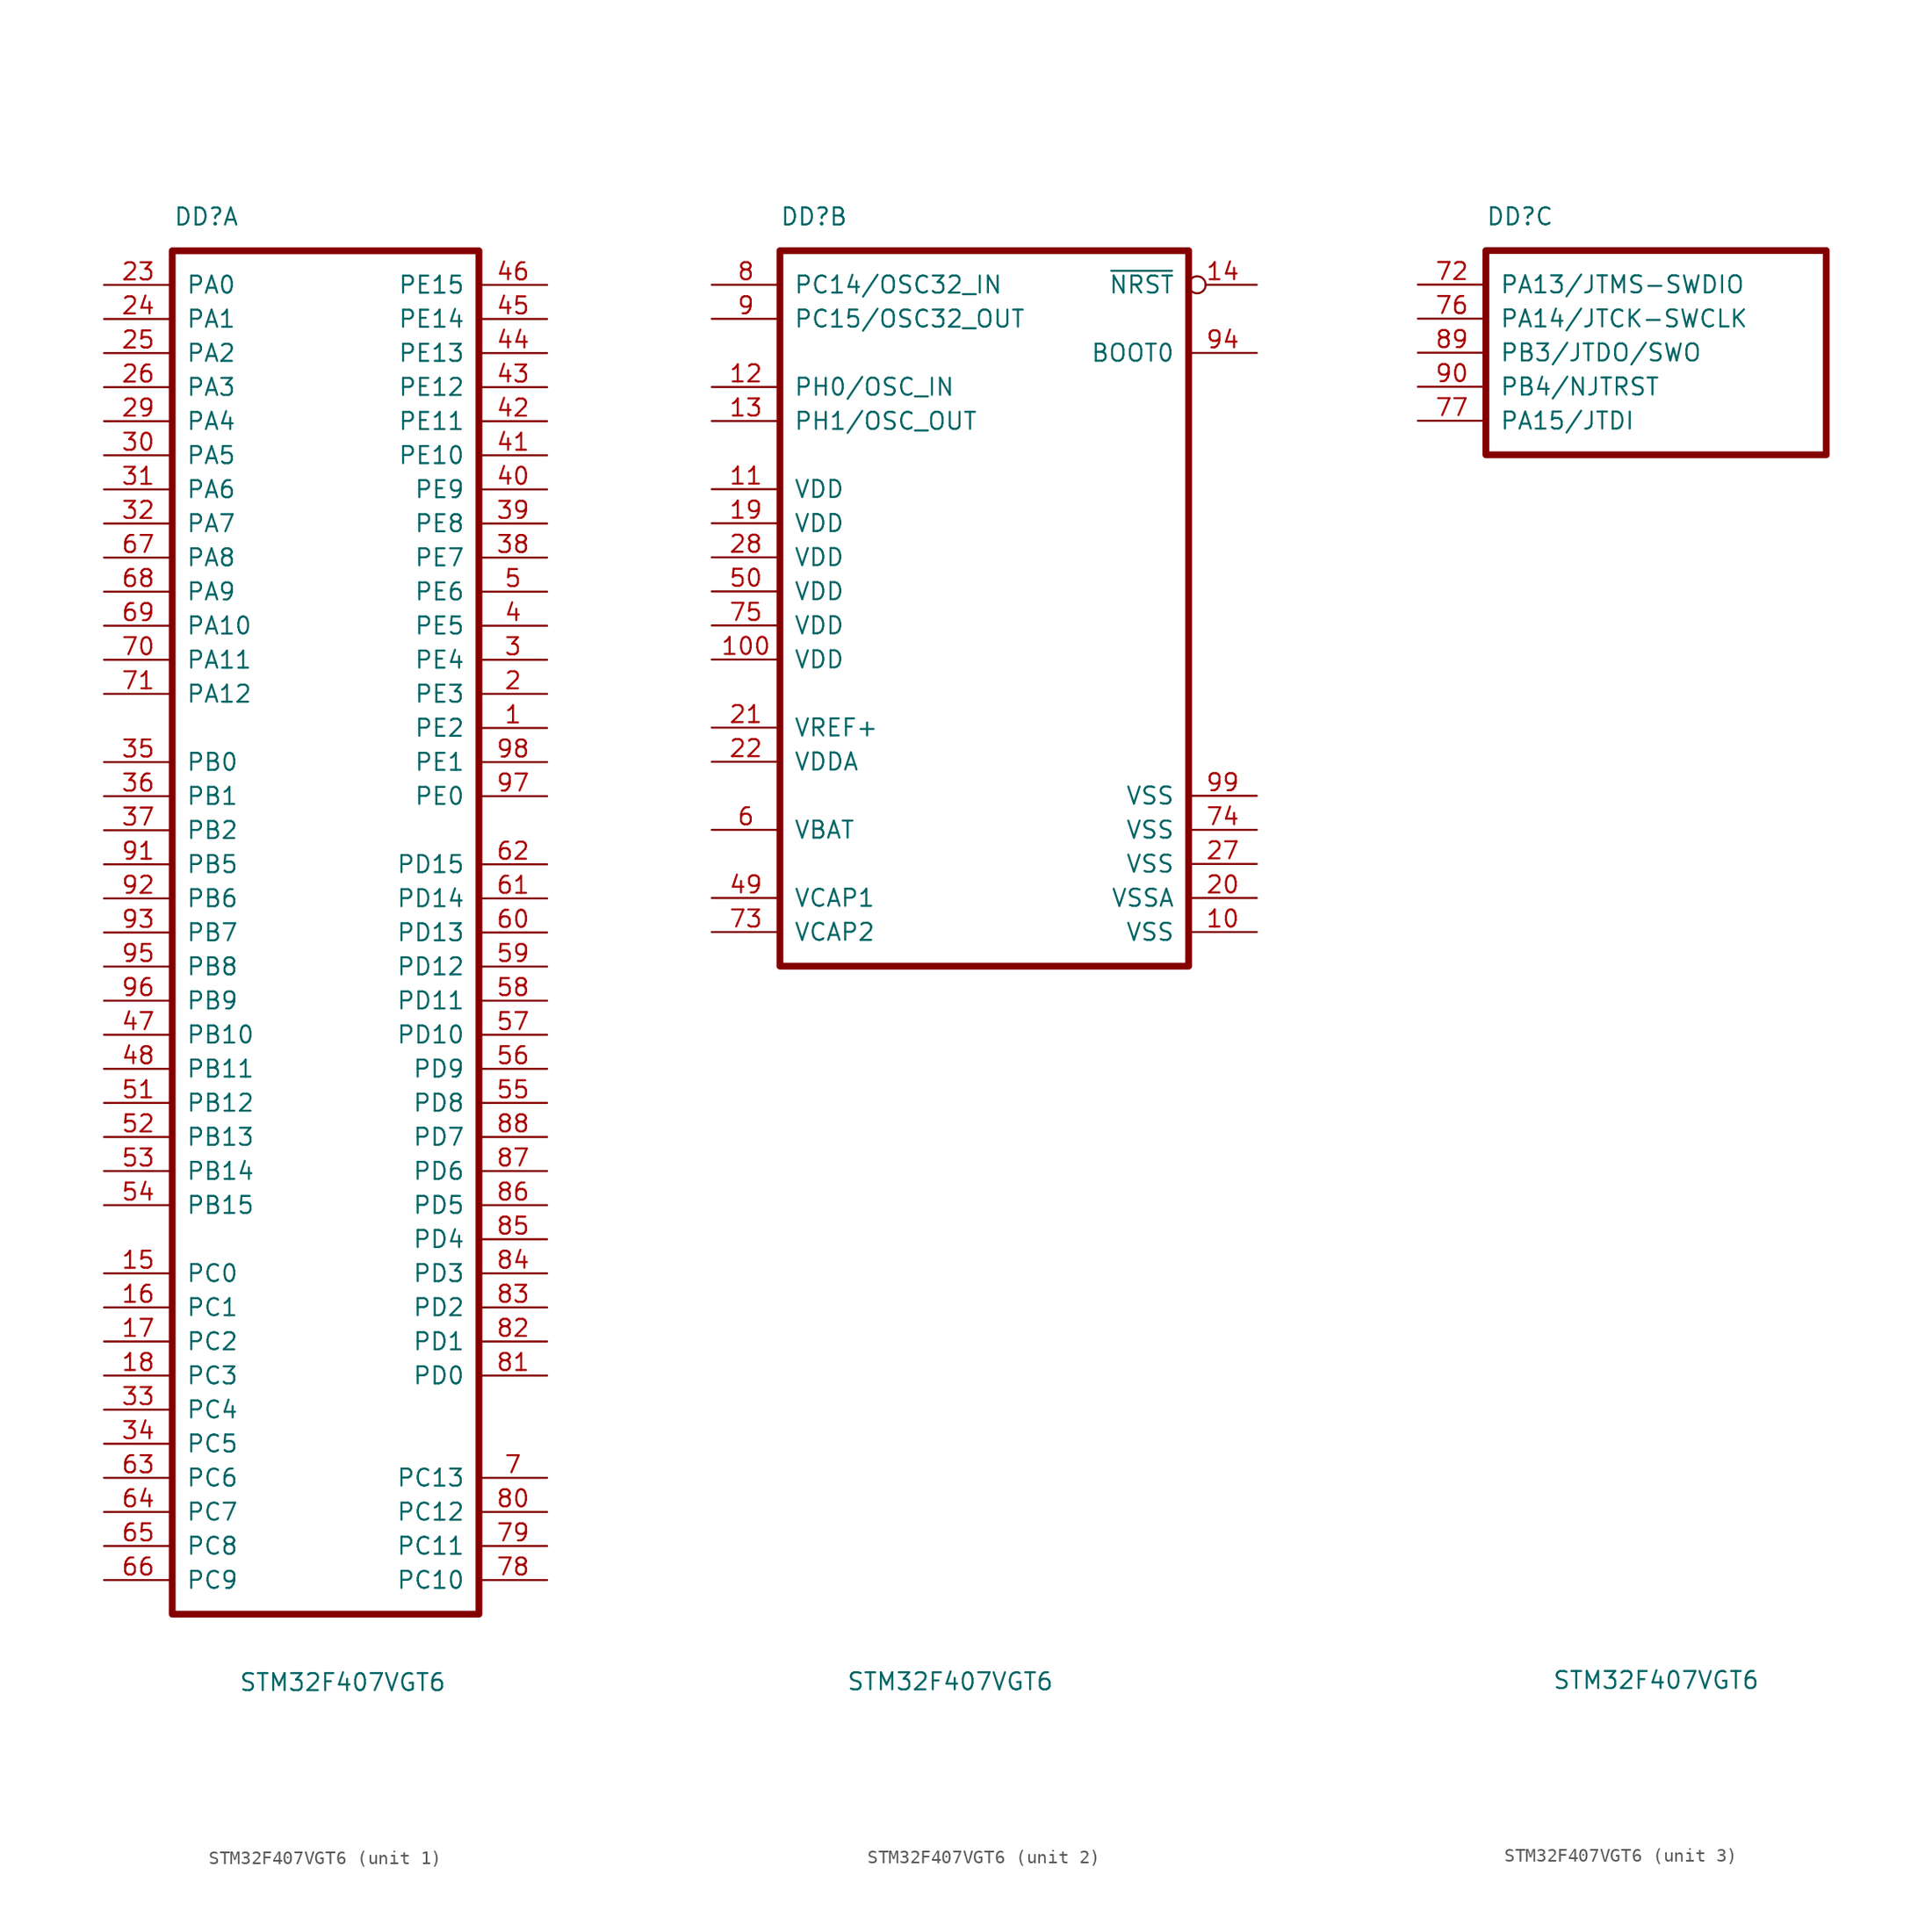
<source format=kicad_sym>
(kicad_symbol_lib
  (version 20211014)
  (generator kicad_symbol_editor)
  (symbol "STM32F407VGT6"
    (pin_names
      (offset 1.016))
    (property "Reference" "DD"
      (at 7.62 5.08 0)
      (effects (font (size 1.27 1.27))))
    (property "Value" "STM32F407VGT6"
      (at 17.78 -104.14 0)
      (effects (font (size 1.27 1.27))))
    (property "ki_locked" ""
      (at 0 0 0)
      (effects (font (size 1.27 1.27))))
    (symbol "STM32F407VGT6_1_1"
      (rectangle (start 5.08 2.54) (end 27.94 -99.06) (stroke (width 0.508) (type default) (color 0 0 0 0)) (fill (type none)))
      (pin bidirectional line (at 33.02 -33.02 180) (length 5.08) (name "PE2" (effects (font (size 1.27 1.27)))) (number "1" (effects (font (size 1.27 1.27)))))
      (pin bidirectional line (at 0 -73.66 0) (length 5.08) (name "PC0" (effects (font (size 1.27 1.27)))) (number "15" (effects (font (size 1.27 1.27)))))
      (pin bidirectional line (at 0 -76.2 0) (length 5.08) (name "PC1" (effects (font (size 1.27 1.27)))) (number "16" (effects (font (size 1.27 1.27)))))
      (pin bidirectional line (at 0 -78.74 0) (length 5.08) (name "PC2" (effects (font (size 1.27 1.27)))) (number "17" (effects (font (size 1.27 1.27)))))
      (pin bidirectional line (at 0 -81.28 0) (length 5.08) (name "PC3" (effects (font (size 1.27 1.27)))) (number "18" (effects (font (size 1.27 1.27)))))
      (pin bidirectional line (at 33.02 -30.48 180) (length 5.08) (name "PE3" (effects (font (size 1.27 1.27)))) (number "2" (effects (font (size 1.27 1.27)))))
      (pin bidirectional line (at 0 0 0) (length 5.08) (name "PA0" (effects (font (size 1.27 1.27)))) (number "23" (effects (font (size 1.27 1.27)))))
      (pin bidirectional line (at 0 -2.54 0) (length 5.08) (name "PA1" (effects (font (size 1.27 1.27)))) (number "24" (effects (font (size 1.27 1.27)))))
      (pin bidirectional line (at 0 -5.08 0) (length 5.08) (name "PA2" (effects (font (size 1.27 1.27)))) (number "25" (effects (font (size 1.27 1.27)))))
      (pin bidirectional line (at 0 -7.62 0) (length 5.08) (name "PA3" (effects (font (size 1.27 1.27)))) (number "26" (effects (font (size 1.27 1.27)))))
      (pin bidirectional line (at 0 -10.16 0) (length 5.08) (name "PA4" (effects (font (size 1.27 1.27)))) (number "29" (effects (font (size 1.27 1.27)))))
      (pin bidirectional line (at 33.02 -27.94 180) (length 5.08) (name "PE4" (effects (font (size 1.27 1.27)))) (number "3" (effects (font (size 1.27 1.27)))))
      (pin bidirectional line (at 0 -12.7 0) (length 5.08) (name "PA5" (effects (font (size 1.27 1.27)))) (number "30" (effects (font (size 1.27 1.27)))))
      (pin bidirectional line (at 0 -15.24 0) (length 5.08) (name "PA6" (effects (font (size 1.27 1.27)))) (number "31" (effects (font (size 1.27 1.27)))))
      (pin bidirectional line (at 0 -17.78 0) (length 5.08) (name "PA7" (effects (font (size 1.27 1.27)))) (number "32" (effects (font (size 1.27 1.27)))))
      (pin bidirectional line (at 0 -83.82 0) (length 5.08) (name "PC4" (effects (font (size 1.27 1.27)))) (number "33" (effects (font (size 1.27 1.27)))))
      (pin bidirectional line (at 0 -86.36 0) (length 5.08) (name "PC5" (effects (font (size 1.27 1.27)))) (number "34" (effects (font (size 1.27 1.27)))))
      (pin bidirectional line (at 0 -35.56 0) (length 5.08) (name "PB0" (effects (font (size 1.27 1.27)))) (number "35" (effects (font (size 1.27 1.27)))))
      (pin bidirectional line (at 0 -38.1 0) (length 5.08) (name "PB1" (effects (font (size 1.27 1.27)))) (number "36" (effects (font (size 1.27 1.27)))))
      (pin bidirectional line (at 0 -40.64 0) (length 5.08) (name "PB2" (effects (font (size 1.27 1.27)))) (number "37" (effects (font (size 1.27 1.27)))))
      (pin bidirectional line (at 33.02 -20.32 180) (length 5.08) (name "PE7" (effects (font (size 1.27 1.27)))) (number "38" (effects (font (size 1.27 1.27)))))
      (pin bidirectional line (at 33.02 -17.78 180) (length 5.08) (name "PE8" (effects (font (size 1.27 1.27)))) (number "39" (effects (font (size 1.27 1.27)))))
      (pin bidirectional line (at 33.02 -25.4 180) (length 5.08) (name "PE5" (effects (font (size 1.27 1.27)))) (number "4" (effects (font (size 1.27 1.27)))))
      (pin bidirectional line (at 33.02 -15.24 180) (length 5.08) (name "PE9" (effects (font (size 1.27 1.27)))) (number "40" (effects (font (size 1.27 1.27)))))
      (pin bidirectional line (at 33.02 -12.7 180) (length 5.08) (name "PE10" (effects (font (size 1.27 1.27)))) (number "41" (effects (font (size 1.27 1.27)))))
      (pin bidirectional line (at 33.02 -10.16 180) (length 5.08) (name "PE11" (effects (font (size 1.27 1.27)))) (number "42" (effects (font (size 1.27 1.27)))))
      (pin bidirectional line (at 33.02 -7.62 180) (length 5.08) (name "PE12" (effects (font (size 1.27 1.27)))) (number "43" (effects (font (size 1.27 1.27)))))
      (pin bidirectional line (at 33.02 -5.08 180) (length 5.08) (name "PE13" (effects (font (size 1.27 1.27)))) (number "44" (effects (font (size 1.27 1.27)))))
      (pin bidirectional line (at 33.02 -2.54 180) (length 5.08) (name "PE14" (effects (font (size 1.27 1.27)))) (number "45" (effects (font (size 1.27 1.27)))))
      (pin bidirectional line (at 33.02 0 180) (length 5.08) (name "PE15" (effects (font (size 1.27 1.27)))) (number "46" (effects (font (size 1.27 1.27)))))
      (pin bidirectional line (at 0 -55.88 0) (length 5.08) (name "PB10" (effects (font (size 1.27 1.27)))) (number "47" (effects (font (size 1.27 1.27)))))
      (pin bidirectional line (at 0 -58.42 0) (length 5.08) (name "PB11" (effects (font (size 1.27 1.27)))) (number "48" (effects (font (size 1.27 1.27)))))
      (pin bidirectional line (at 33.02 -22.86 180) (length 5.08) (name "PE6" (effects (font (size 1.27 1.27)))) (number "5" (effects (font (size 1.27 1.27)))))
      (pin bidirectional line (at 0 -60.96 0) (length 5.08) (name "PB12" (effects (font (size 1.27 1.27)))) (number "51" (effects (font (size 1.27 1.27)))))
      (pin bidirectional line (at 0 -63.5 0) (length 5.08) (name "PB13" (effects (font (size 1.27 1.27)))) (number "52" (effects (font (size 1.27 1.27)))))
      (pin bidirectional line (at 0 -66.04 0) (length 5.08) (name "PB14" (effects (font (size 1.27 1.27)))) (number "53" (effects (font (size 1.27 1.27)))))
      (pin bidirectional line (at 0 -68.58 0) (length 5.08) (name "PB15" (effects (font (size 1.27 1.27)))) (number "54" (effects (font (size 1.27 1.27)))))
      (pin bidirectional line (at 33.02 -60.96 180) (length 5.08) (name "PD8" (effects (font (size 1.27 1.27)))) (number "55" (effects (font (size 1.27 1.27)))))
      (pin bidirectional line (at 33.02 -58.42 180) (length 5.08) (name "PD9" (effects (font (size 1.27 1.27)))) (number "56" (effects (font (size 1.27 1.27)))))
      (pin bidirectional line (at 33.02 -55.88 180) (length 5.08) (name "PD10" (effects (font (size 1.27 1.27)))) (number "57" (effects (font (size 1.27 1.27)))))
      (pin bidirectional line (at 33.02 -53.34 180) (length 5.08) (name "PD11" (effects (font (size 1.27 1.27)))) (number "58" (effects (font (size 1.27 1.27)))))
      (pin bidirectional line (at 33.02 -50.8 180) (length 5.08) (name "PD12" (effects (font (size 1.27 1.27)))) (number "59" (effects (font (size 1.27 1.27)))))
      (pin bidirectional line (at 33.02 -48.26 180) (length 5.08) (name "PD13" (effects (font (size 1.27 1.27)))) (number "60" (effects (font (size 1.27 1.27)))))
      (pin bidirectional line (at 33.02 -45.72 180) (length 5.08) (name "PD14" (effects (font (size 1.27 1.27)))) (number "61" (effects (font (size 1.27 1.27)))))
      (pin bidirectional line (at 33.02 -43.18 180) (length 5.08) (name "PD15" (effects (font (size 1.27 1.27)))) (number "62" (effects (font (size 1.27 1.27)))))
      (pin bidirectional line (at 0 -88.9 0) (length 5.08) (name "PC6" (effects (font (size 1.27 1.27)))) (number "63" (effects (font (size 1.27 1.27)))))
      (pin bidirectional line (at 0 -91.44 0) (length 5.08) (name "PC7" (effects (font (size 1.27 1.27)))) (number "64" (effects (font (size 1.27 1.27)))))
      (pin bidirectional line (at 0 -93.98 0) (length 5.08) (name "PC8" (effects (font (size 1.27 1.27)))) (number "65" (effects (font (size 1.27 1.27)))))
      (pin bidirectional line (at 0 -96.52 0) (length 5.08) (name "PC9" (effects (font (size 1.27 1.27)))) (number "66" (effects (font (size 1.27 1.27)))))
      (pin bidirectional line (at 0 -20.32 0) (length 5.08) (name "PA8" (effects (font (size 1.27 1.27)))) (number "67" (effects (font (size 1.27 1.27)))))
      (pin bidirectional line (at 0 -22.86 0) (length 5.08) (name "PA9" (effects (font (size 1.27 1.27)))) (number "68" (effects (font (size 1.27 1.27)))))
      (pin bidirectional line (at 0 -25.4 0) (length 5.08) (name "PA10" (effects (font (size 1.27 1.27)))) (number "69" (effects (font (size 1.27 1.27)))))
      (pin bidirectional line (at 33.02 -88.9 180) (length 5.08) (name "PC13" (effects (font (size 1.27 1.27)))) (number "7" (effects (font (size 1.27 1.27)))))
      (pin bidirectional line (at 0 -27.94 0) (length 5.08) (name "PA11" (effects (font (size 1.27 1.27)))) (number "70" (effects (font (size 1.27 1.27)))))
      (pin bidirectional line (at 0 -30.48 0) (length 5.08) (name "PA12" (effects (font (size 1.27 1.27)))) (number "71" (effects (font (size 1.27 1.27)))))
      (pin bidirectional line (at 33.02 -96.52 180) (length 5.08) (name "PC10" (effects (font (size 1.27 1.27)))) (number "78" (effects (font (size 1.27 1.27)))))
      (pin bidirectional line (at 33.02 -93.98 180) (length 5.08) (name "PC11" (effects (font (size 1.27 1.27)))) (number "79" (effects (font (size 1.27 1.27)))))
      (pin bidirectional line (at 33.02 -91.44 180) (length 5.08) (name "PC12" (effects (font (size 1.27 1.27)))) (number "80" (effects (font (size 1.27 1.27)))))
      (pin bidirectional line (at 33.02 -81.28 180) (length 5.08) (name "PD0" (effects (font (size 1.27 1.27)))) (number "81" (effects (font (size 1.27 1.27)))))
      (pin bidirectional line (at 33.02 -78.74 180) (length 5.08) (name "PD1" (effects (font (size 1.27 1.27)))) (number "82" (effects (font (size 1.27 1.27)))))
      (pin bidirectional line (at 33.02 -76.2 180) (length 5.08) (name "PD2" (effects (font (size 1.27 1.27)))) (number "83" (effects (font (size 1.27 1.27)))))
      (pin bidirectional line (at 33.02 -73.66 180) (length 5.08) (name "PD3" (effects (font (size 1.27 1.27)))) (number "84" (effects (font (size 1.27 1.27)))))
      (pin bidirectional line (at 33.02 -71.12 180) (length 5.08) (name "PD4" (effects (font (size 1.27 1.27)))) (number "85" (effects (font (size 1.27 1.27)))))
      (pin bidirectional line (at 33.02 -68.58 180) (length 5.08) (name "PD5" (effects (font (size 1.27 1.27)))) (number "86" (effects (font (size 1.27 1.27)))))
      (pin bidirectional line (at 33.02 -66.04 180) (length 5.08) (name "PD6" (effects (font (size 1.27 1.27)))) (number "87" (effects (font (size 1.27 1.27)))))
      (pin bidirectional line (at 33.02 -63.5 180) (length 5.08) (name "PD7" (effects (font (size 1.27 1.27)))) (number "88" (effects (font (size 1.27 1.27)))))
      (pin bidirectional line (at 0 -43.18 0) (length 5.08) (name "PB5" (effects (font (size 1.27 1.27)))) (number "91" (effects (font (size 1.27 1.27)))))
      (pin bidirectional line (at 0 -45.72 0) (length 5.08) (name "PB6" (effects (font (size 1.27 1.27)))) (number "92" (effects (font (size 1.27 1.27)))))
      (pin bidirectional line (at 0 -48.26 0) (length 5.08) (name "PB7" (effects (font (size 1.27 1.27)))) (number "93" (effects (font (size 1.27 1.27)))))
      (pin bidirectional line (at 0 -50.8 0) (length 5.08) (name "PB8" (effects (font (size 1.27 1.27)))) (number "95" (effects (font (size 1.27 1.27)))))
      (pin bidirectional line (at 0 -53.34 0) (length 5.08) (name "PB9" (effects (font (size 1.27 1.27)))) (number "96" (effects (font (size 1.27 1.27)))))
      (pin bidirectional line (at 33.02 -38.1 180) (length 5.08) (name "PE0" (effects (font (size 1.27 1.27)))) (number "97" (effects (font (size 1.27 1.27)))))
      (pin bidirectional line (at 33.02 -35.56 180) (length 5.08) (name "PE1" (effects (font (size 1.27 1.27)))) (number "98" (effects (font (size 1.27 1.27))))))
    (symbol "STM32F407VGT6_2_1"
      (rectangle (start 5.08 2.54) (end 35.56 -50.8) (stroke (width 0.508) (type default) (color 0 0 0 0)) (fill (type none)))
      (pin power_in line (at 40.64 -48.26 180) (length 5.08) (name "VSS" (effects (font (size 1.27 1.27)))) (number "10" (effects (font (size 1.27 1.27)))))
      (pin power_in line (at 0 -27.94 0) (length 5.08) (name "VDD" (effects (font (size 1.27 1.27)))) (number "100" (effects (font (size 1.27 1.27)))))
      (pin power_in line (at 0 -15.24 0) (length 5.08) (name "VDD" (effects (font (size 1.27 1.27)))) (number "11" (effects (font (size 1.27 1.27)))))
      (pin input line (at 0 -7.62 0) (length 5.08) (name "PH0/OSC_IN" (effects (font (size 1.27 1.27)))) (number "12" (effects (font (size 1.27 1.27)))))
      (pin output line (at 0 -10.16 0) (length 5.08) (name "PH1/OSC_OUT" (effects (font (size 1.27 1.27)))) (number "13" (effects (font (size 1.27 1.27)))))
      (pin input inverted (at 40.64 0 180) (length 5.08) (name "~{NRST}" (effects (font (size 1.27 1.27)))) (number "14" (effects (font (size 1.27 1.27)))))
      (pin power_in line (at 0 -17.78 0) (length 5.08) (name "VDD" (effects (font (size 1.27 1.27)))) (number "19" (effects (font (size 1.27 1.27)))))
      (pin power_in line (at 40.64 -45.72 180) (length 5.08) (name "VSSA" (effects (font (size 1.27 1.27)))) (number "20" (effects (font (size 1.27 1.27)))))
      (pin power_in line (at 0 -33.02 0) (length 5.08) (name "VREF+" (effects (font (size 1.27 1.27)))) (number "21" (effects (font (size 1.27 1.27)))))
      (pin power_in line (at 0 -35.56 0) (length 5.08) (name "VDDA" (effects (font (size 1.27 1.27)))) (number "22" (effects (font (size 1.27 1.27)))))
      (pin power_in line (at 40.64 -43.18 180) (length 5.08) (name "VSS" (effects (font (size 1.27 1.27)))) (number "27" (effects (font (size 1.27 1.27)))))
      (pin power_in line (at 0 -20.32 0) (length 5.08) (name "VDD" (effects (font (size 1.27 1.27)))) (number "28" (effects (font (size 1.27 1.27)))))
      (pin output line (at 0 -45.72 0) (length 5.08) (name "VCAP1" (effects (font (size 1.27 1.27)))) (number "49" (effects (font (size 1.27 1.27)))))
      (pin power_in line (at 0 -22.86 0) (length 5.08) (name "VDD" (effects (font (size 1.27 1.27)))) (number "50" (effects (font (size 1.27 1.27)))))
      (pin power_in line (at 0 -40.64 0) (length 5.08) (name "VBAT" (effects (font (size 1.27 1.27)))) (number "6" (effects (font (size 1.27 1.27)))))
      (pin output line (at 0 -48.26 0) (length 5.08) (name "VCAP2" (effects (font (size 1.27 1.27)))) (number "73" (effects (font (size 1.27 1.27)))))
      (pin power_in line (at 40.64 -40.64 180) (length 5.08) (name "VSS" (effects (font (size 1.27 1.27)))) (number "74" (effects (font (size 1.27 1.27)))))
      (pin power_in line (at 0 -25.4 0) (length 5.08) (name "VDD" (effects (font (size 1.27 1.27)))) (number "75" (effects (font (size 1.27 1.27)))))
      (pin input line (at 0 0 0) (length 5.08) (name "PC14/OSC32_IN" (effects (font (size 1.27 1.27)))) (number "8" (effects (font (size 1.27 1.27)))))
      (pin output line (at 0 -2.54 0) (length 5.08) (name "PC15/OSC32_OUT" (effects (font (size 1.27 1.27)))) (number "9" (effects (font (size 1.27 1.27)))))
      (pin input line (at 40.64 -5.08 180) (length 5.08) (name "BOOT0" (effects (font (size 1.27 1.27)))) (number "94" (effects (font (size 1.27 1.27)))))
      (pin power_in line (at 40.64 -38.1 180) (length 5.08) (name "VSS" (effects (font (size 1.27 1.27)))) (number "99" (effects (font (size 1.27 1.27))))))
    (symbol "STM32F407VGT6_3_1"
      (rectangle (start 5.08 2.54) (end 30.48 -12.7) (stroke (width 0.508) (type default) (color 0 0 0 0)) (fill (type none)))
      (pin bidirectional line (at 0 0 0) (length 5.08) (name "PA13/JTMS-SWDIO" (effects (font (size 1.27 1.27)))) (number "72" (effects (font (size 1.27 1.27)))))
      (pin input line (at 0 -2.54 0) (length 5.08) (name "PA14/JTCK-SWCLK" (effects (font (size 1.27 1.27)))) (number "76" (effects (font (size 1.27 1.27)))))
      (pin input line (at 0 -10.16 0) (length 5.08) (name "PA15/JTDI" (effects (font (size 1.27 1.27)))) (number "77" (effects (font (size 1.27 1.27)))))
      (pin output line (at 0 -5.08 0) (length 5.08) (name "PB3/JTDO/SWO" (effects (font (size 1.27 1.27)))) (number "89" (effects (font (size 1.27 1.27)))))
      (pin output line (at 0 -7.62 0) (length 5.08) (name "PB4/NJTRST" (effects (font (size 1.27 1.27)))) (number "90" (effects (font (size 1.27 1.27))))))))
</source>
